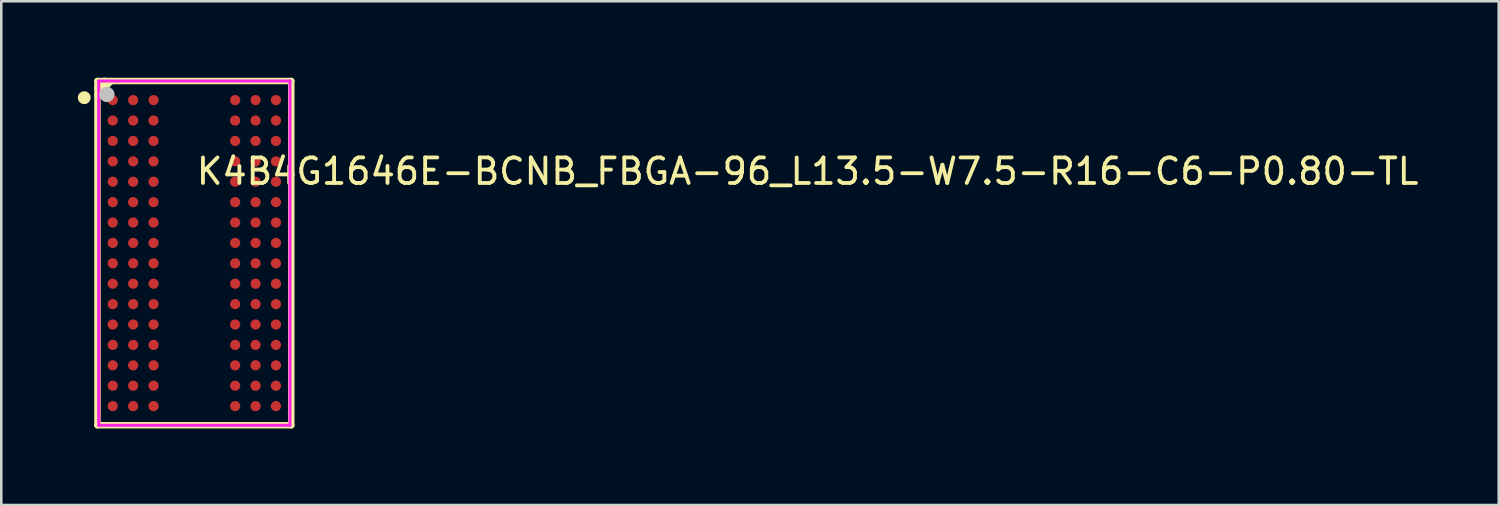
<source format=kicad_pcb>
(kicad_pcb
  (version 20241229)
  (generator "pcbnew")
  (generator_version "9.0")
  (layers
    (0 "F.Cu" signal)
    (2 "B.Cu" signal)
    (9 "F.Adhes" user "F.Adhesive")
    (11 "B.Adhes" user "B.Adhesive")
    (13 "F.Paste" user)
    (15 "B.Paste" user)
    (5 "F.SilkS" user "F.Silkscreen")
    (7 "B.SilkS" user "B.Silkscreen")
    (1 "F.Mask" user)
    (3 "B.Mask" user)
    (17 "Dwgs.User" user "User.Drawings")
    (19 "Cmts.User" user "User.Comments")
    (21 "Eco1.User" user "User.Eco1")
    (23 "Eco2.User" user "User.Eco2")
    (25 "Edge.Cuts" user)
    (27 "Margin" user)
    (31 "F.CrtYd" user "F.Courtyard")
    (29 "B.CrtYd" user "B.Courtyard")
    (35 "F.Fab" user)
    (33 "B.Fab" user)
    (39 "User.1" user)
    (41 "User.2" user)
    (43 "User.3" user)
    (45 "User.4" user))
  (footprint "K4B4G1646E-BCNB_FBGA-96_L13.5-W7.5-R16-C6-P0.80-TL"
    (layer "F.Cu")
    (at 4.572 6.877)
    (property "Reference" "K4B4G1646E-BCNB_FBGA-96_L13.5-W7.5-R16-C6-P0.80-TL" (at 0 -3.207 0) (layer "F.SilkS") (effects (font (size 1 1) (thickness 0.15)) (justify left)))
    (attr through_hole)
    (fp_line (start -3.8 -6.75) (end -3.8 6.75) (stroke (width 0.254) (type solid)) (layer "F.SilkS"))
    (fp_line (start -3.8 -6.75) (end 3.8 -6.75) (stroke (width 0.254) (type solid)) (layer "F.SilkS"))
    (fp_line (start -3.8 6.75) (end 3.8 6.75) (stroke (width 0.254) (type solid)) (layer "F.SilkS"))
    (fp_line (start -3.53 -6.75) (end -3.8 -6.48) (stroke (width 0.254) (type solid)) (layer "F.SilkS"))
    (fp_line (start -3.471 -6.75) (end -3.53 -6.75) (stroke (width 0.254) (type solid)) (layer "F.SilkS"))
    (fp_line (start -3.283 -6.75) (end -3.283 -6.734) (stroke (width 0.254) (type solid)) (layer "F.SilkS"))
    (fp_line (start -3.283 -6.734) (end -3.8 -6.217) (stroke (width 0.254) (type solid)) (layer "F.SilkS"))
    (fp_line (start 3.8 -6.75) (end 3.8 6.75) (stroke (width 0.254) (type solid)) (layer "F.SilkS"))
    (fp_circle (center -4.318 -6.096) (end -4.191 -6.096) (stroke (width 0.254) (type solid)) (fill no) (layer "F.SilkS"))
    (fp_poly (pts (xy -3.35 -6.188) (xy -3.049 -6.188) (xy -3.012 -6.15) (xy -3.012 -5.85) (xy -3.049 -5.812) (xy -3.35 -5.812) (xy -3.388 -5.85) (xy -3.388 -6.15)) (stroke (width 0.12) (type solid)) (fill yes) (layer "F.Paste"))
    (fp_poly (pts (xy -3.35 -5.388) (xy -3.049 -5.388) (xy -3.012 -5.35) (xy -3.012 -5.05) (xy -3.049 -5.012) (xy -3.35 -5.012) (xy -3.388 -5.05) (xy -3.388 -5.35)) (stroke (width 0.12) (type solid)) (fill yes) (layer "F.Paste"))
    (fp_poly (pts (xy -3.35 -4.588) (xy -3.049 -4.588) (xy -3.012 -4.55) (xy -3.012 -4.25) (xy -3.049 -4.212) (xy -3.35 -4.212) (xy -3.388 -4.25) (xy -3.388 -4.55)) (stroke (width 0.12) (type solid)) (fill yes) (layer "F.Paste"))
    (fp_poly (pts (xy -3.35 -3.788) (xy -3.049 -3.788) (xy -3.012 -3.75) (xy -3.012 -3.45) (xy -3.049 -3.412) (xy -3.35 -3.412) (xy -3.388 -3.45) (xy -3.388 -3.75)) (stroke (width 0.12) (type solid)) (fill yes) (layer "F.Paste"))
    (fp_poly (pts (xy -3.35 -2.988) (xy -3.049 -2.988) (xy -3.012 -2.95) (xy -3.012 -2.65) (xy -3.049 -2.612) (xy -3.35 -2.612) (xy -3.388 -2.65) (xy -3.388 -2.95)) (stroke (width 0.12) (type solid)) (fill yes) (layer "F.Paste"))
    (fp_poly (pts (xy -3.35 -2.188) (xy -3.049 -2.188) (xy -3.012 -2.15) (xy -3.012 -1.85) (xy -3.049 -1.812) (xy -3.35 -1.812) (xy -3.388 -1.85) (xy -3.388 -2.15)) (stroke (width 0.12) (type solid)) (fill yes) (layer "F.Paste"))
    (fp_poly (pts (xy -3.35 -1.388) (xy -3.049 -1.388) (xy -3.012 -1.35) (xy -3.012 -1.05) (xy -3.049 -1.012) (xy -3.35 -1.012) (xy -3.388 -1.05) (xy -3.388 -1.35)) (stroke (width 0.12) (type solid)) (fill yes) (layer "F.Paste"))
    (fp_poly (pts (xy -3.35 -0.588) (xy -3.049 -0.588) (xy -3.012 -0.55) (xy -3.012 -0.25) (xy -3.049 -0.212) (xy -3.35 -0.212) (xy -3.388 -0.25) (xy -3.388 -0.55)) (stroke (width 0.12) (type solid)) (fill yes) (layer "F.Paste"))
    (fp_poly (pts (xy -3.35 0.212) (xy -3.049 0.212) (xy -3.012 0.25) (xy -3.012 0.55) (xy -3.049 0.588) (xy -3.35 0.588) (xy -3.388 0.55) (xy -3.388 0.25)) (stroke (width 0.12) (type solid)) (fill yes) (layer "F.Paste"))
    (fp_poly (pts (xy -3.35 1.012) (xy -3.049 1.012) (xy -3.012 1.05) (xy -3.012 1.35) (xy -3.049 1.388) (xy -3.35 1.388) (xy -3.388 1.35) (xy -3.388 1.05)) (stroke (width 0.12) (type solid)) (fill yes) (layer "F.Paste"))
    (fp_poly (pts (xy -3.35 1.812) (xy -3.049 1.812) (xy -3.012 1.85) (xy -3.012 2.15) (xy -3.049 2.188) (xy -3.35 2.188) (xy -3.388 2.15) (xy -3.388 1.85)) (stroke (width 0.12) (type solid)) (fill yes) (layer "F.Paste"))
    (fp_poly (pts (xy -3.35 2.612) (xy -3.049 2.612) (xy -3.012 2.65) (xy -3.012 2.95) (xy -3.049 2.988) (xy -3.35 2.988) (xy -3.388 2.95) (xy -3.388 2.65)) (stroke (width 0.12) (type solid)) (fill yes) (layer "F.Paste"))
    (fp_poly (pts (xy -3.35 3.412) (xy -3.049 3.412) (xy -3.012 3.45) (xy -3.012 3.75) (xy -3.049 3.788) (xy -3.35 3.788) (xy -3.388 3.75) (xy -3.388 3.45)) (stroke (width 0.12) (type solid)) (fill yes) (layer "F.Paste"))
    (fp_poly (pts (xy -3.35 4.212) (xy -3.049 4.212) (xy -3.012 4.25) (xy -3.012 4.55) (xy -3.049 4.588) (xy -3.35 4.588) (xy -3.388 4.55) (xy -3.388 4.25)) (stroke (width 0.12) (type solid)) (fill yes) (layer "F.Paste"))
    (fp_poly (pts (xy -3.35 5.012) (xy -3.049 5.012) (xy -3.012 5.05) (xy -3.012 5.35) (xy -3.049 5.388) (xy -3.35 5.388) (xy -3.388 5.35) (xy -3.388 5.05)) (stroke (width 0.12) (type solid)) (fill yes) (layer "F.Paste"))
    (fp_poly (pts (xy -3.35 5.812) (xy -3.049 5.812) (xy -3.012 5.85) (xy -3.012 6.15) (xy -3.049 6.188) (xy -3.35 6.188) (xy -3.388 6.15) (xy -3.388 5.85)) (stroke (width 0.12) (type solid)) (fill yes) (layer "F.Paste"))
    (fp_poly (pts (xy -2.55 -6.188) (xy -2.249 -6.188) (xy -2.212 -6.15) (xy -2.212 -5.85) (xy -2.249 -5.812) (xy -2.55 -5.812) (xy -2.588 -5.85) (xy -2.588 -6.15)) (stroke (width 0.12) (type solid)) (fill yes) (layer "F.Paste"))
    (fp_poly (pts (xy -2.55 -5.388) (xy -2.249 -5.388) (xy -2.212 -5.35) (xy -2.212 -5.05) (xy -2.249 -5.012) (xy -2.55 -5.012) (xy -2.588 -5.05) (xy -2.588 -5.35)) (stroke (width 0.12) (type solid)) (fill yes) (layer "F.Paste"))
    (fp_poly (pts (xy -2.55 -4.588) (xy -2.249 -4.588) (xy -2.212 -4.55) (xy -2.212 -4.25) (xy -2.249 -4.212) (xy -2.55 -4.212) (xy -2.588 -4.25) (xy -2.588 -4.55)) (stroke (width 0.12) (type solid)) (fill yes) (layer "F.Paste"))
    (fp_poly (pts (xy -2.55 -3.788) (xy -2.249 -3.788) (xy -2.212 -3.75) (xy -2.212 -3.45) (xy -2.249 -3.412) (xy -2.55 -3.412) (xy -2.588 -3.45) (xy -2.588 -3.75)) (stroke (width 0.12) (type solid)) (fill yes) (layer "F.Paste"))
    (fp_poly (pts (xy -2.55 -2.988) (xy -2.249 -2.988) (xy -2.212 -2.95) (xy -2.212 -2.65) (xy -2.249 -2.612) (xy -2.55 -2.612) (xy -2.588 -2.65) (xy -2.588 -2.95)) (stroke (width 0.12) (type solid)) (fill yes) (layer "F.Paste"))
    (fp_poly (pts (xy -2.55 -2.188) (xy -2.249 -2.188) (xy -2.212 -2.15) (xy -2.212 -1.85) (xy -2.249 -1.812) (xy -2.55 -1.812) (xy -2.588 -1.85) (xy -2.588 -2.15)) (stroke (width 0.12) (type solid)) (fill yes) (layer "F.Paste"))
    (fp_poly (pts (xy -2.55 -1.388) (xy -2.249 -1.388) (xy -2.212 -1.35) (xy -2.212 -1.05) (xy -2.249 -1.012) (xy -2.55 -1.012) (xy -2.588 -1.05) (xy -2.588 -1.35)) (stroke (width 0.12) (type solid)) (fill yes) (layer "F.Paste"))
    (fp_poly (pts (xy -2.55 -0.588) (xy -2.249 -0.588) (xy -2.212 -0.55) (xy -2.212 -0.25) (xy -2.249 -0.212) (xy -2.55 -0.212) (xy -2.588 -0.25) (xy -2.588 -0.55)) (stroke (width 0.12) (type solid)) (fill yes) (layer "F.Paste"))
    (fp_poly (pts (xy -2.55 0.212) (xy -2.249 0.212) (xy -2.212 0.25) (xy -2.212 0.55) (xy -2.249 0.588) (xy -2.55 0.588) (xy -2.588 0.55) (xy -2.588 0.25)) (stroke (width 0.12) (type solid)) (fill yes) (layer "F.Paste"))
    (fp_poly (pts (xy -2.55 1.012) (xy -2.249 1.012) (xy -2.212 1.05) (xy -2.212 1.35) (xy -2.249 1.388) (xy -2.55 1.388) (xy -2.588 1.35) (xy -2.588 1.05)) (stroke (width 0.12) (type solid)) (fill yes) (layer "F.Paste"))
    (fp_poly (pts (xy -2.55 1.812) (xy -2.249 1.812) (xy -2.212 1.85) (xy -2.212 2.15) (xy -2.249 2.188) (xy -2.55 2.188) (xy -2.588 2.15) (xy -2.588 1.85)) (stroke (width 0.12) (type solid)) (fill yes) (layer "F.Paste"))
    (fp_poly (pts (xy -2.55 2.612) (xy -2.249 2.612) (xy -2.212 2.65) (xy -2.212 2.95) (xy -2.249 2.988) (xy -2.55 2.988) (xy -2.588 2.95) (xy -2.588 2.65)) (stroke (width 0.12) (type solid)) (fill yes) (layer "F.Paste"))
    (fp_poly (pts (xy -2.55 3.412) (xy -2.249 3.412) (xy -2.212 3.45) (xy -2.212 3.75) (xy -2.249 3.788) (xy -2.55 3.788) (xy -2.588 3.75) (xy -2.588 3.45)) (stroke (width 0.12) (type solid)) (fill yes) (layer "F.Paste"))
    (fp_poly (pts (xy -2.55 4.212) (xy -2.249 4.212) (xy -2.212 4.25) (xy -2.212 4.55) (xy -2.249 4.588) (xy -2.55 4.588) (xy -2.588 4.55) (xy -2.588 4.25)) (stroke (width 0.12) (type solid)) (fill yes) (layer "F.Paste"))
    (fp_poly (pts (xy -2.55 5.012) (xy -2.249 5.012) (xy -2.212 5.05) (xy -2.212 5.35) (xy -2.249 5.388) (xy -2.55 5.388) (xy -2.588 5.35) (xy -2.588 5.05)) (stroke (width 0.12) (type solid)) (fill yes) (layer "F.Paste"))
    (fp_poly (pts (xy -2.55 5.812) (xy -2.249 5.812) (xy -2.212 5.85) (xy -2.212 6.15) (xy -2.249 6.188) (xy -2.55 6.188) (xy -2.588 6.15) (xy -2.588 5.85)) (stroke (width 0.12) (type solid)) (fill yes) (layer "F.Paste"))
    (fp_poly (pts (xy -1.75 -6.188) (xy -1.449 -6.188) (xy -1.412 -6.15) (xy -1.412 -5.85) (xy -1.449 -5.812) (xy -1.75 -5.812) (xy -1.788 -5.85) (xy -1.788 -6.15)) (stroke (width 0.12) (type solid)) (fill yes) (layer "F.Paste"))
    (fp_poly (pts (xy -1.75 -5.388) (xy -1.449 -5.388) (xy -1.412 -5.35) (xy -1.412 -5.05) (xy -1.449 -5.012) (xy -1.75 -5.012) (xy -1.788 -5.05) (xy -1.788 -5.35)) (stroke (width 0.12) (type solid)) (fill yes) (layer "F.Paste"))
    (fp_poly (pts (xy -1.75 -4.588) (xy -1.449 -4.588) (xy -1.412 -4.55) (xy -1.412 -4.25) (xy -1.449 -4.212) (xy -1.75 -4.212) (xy -1.788 -4.25) (xy -1.788 -4.55)) (stroke (width 0.12) (type solid)) (fill yes) (layer "F.Paste"))
    (fp_poly (pts (xy -1.75 -3.788) (xy -1.449 -3.788) (xy -1.412 -3.75) (xy -1.412 -3.45) (xy -1.449 -3.412) (xy -1.75 -3.412) (xy -1.788 -3.45) (xy -1.788 -3.75)) (stroke (width 0.12) (type solid)) (fill yes) (layer "F.Paste"))
    (fp_poly (pts (xy -1.75 -2.988) (xy -1.449 -2.988) (xy -1.412 -2.95) (xy -1.412 -2.65) (xy -1.449 -2.612) (xy -1.75 -2.612) (xy -1.788 -2.65) (xy -1.788 -2.95)) (stroke (width 0.12) (type solid)) (fill yes) (layer "F.Paste"))
    (fp_poly (pts (xy -1.75 -2.188) (xy -1.449 -2.188) (xy -1.412 -2.15) (xy -1.412 -1.85) (xy -1.449 -1.812) (xy -1.75 -1.812) (xy -1.788 -1.85) (xy -1.788 -2.15)) (stroke (width 0.12) (type solid)) (fill yes) (layer "F.Paste"))
    (fp_poly (pts (xy -1.75 -1.388) (xy -1.449 -1.388) (xy -1.412 -1.35) (xy -1.412 -1.05) (xy -1.449 -1.012) (xy -1.75 -1.012) (xy -1.788 -1.05) (xy -1.788 -1.35)) (stroke (width 0.12) (type solid)) (fill yes) (layer "F.Paste"))
    (fp_poly (pts (xy -1.75 -0.588) (xy -1.449 -0.588) (xy -1.412 -0.55) (xy -1.412 -0.25) (xy -1.449 -0.212) (xy -1.75 -0.212) (xy -1.788 -0.25) (xy -1.788 -0.55)) (stroke (width 0.12) (type solid)) (fill yes) (layer "F.Paste"))
    (fp_poly (pts (xy -1.75 0.212) (xy -1.449 0.212) (xy -1.412 0.25) (xy -1.412 0.55) (xy -1.449 0.588) (xy -1.75 0.588) (xy -1.788 0.55) (xy -1.788 0.25)) (stroke (width 0.12) (type solid)) (fill yes) (layer "F.Paste"))
    (fp_poly (pts (xy -1.75 1.012) (xy -1.449 1.012) (xy -1.412 1.05) (xy -1.412 1.35) (xy -1.449 1.388) (xy -1.75 1.388) (xy -1.788 1.35) (xy -1.788 1.05)) (stroke (width 0.12) (type solid)) (fill yes) (layer "F.Paste"))
    (fp_poly (pts (xy -1.75 1.812) (xy -1.449 1.812) (xy -1.412 1.85) (xy -1.412 2.15) (xy -1.449 2.188) (xy -1.75 2.188) (xy -1.788 2.15) (xy -1.788 1.85)) (stroke (width 0.12) (type solid)) (fill yes) (layer "F.Paste"))
    (fp_poly (pts (xy -1.75 2.612) (xy -1.449 2.612) (xy -1.412 2.65) (xy -1.412 2.95) (xy -1.449 2.988) (xy -1.75 2.988) (xy -1.788 2.95) (xy -1.788 2.65)) (stroke (width 0.12) (type solid)) (fill yes) (layer "F.Paste"))
    (fp_poly (pts (xy -1.75 3.412) (xy -1.449 3.412) (xy -1.412 3.45) (xy -1.412 3.75) (xy -1.449 3.788) (xy -1.75 3.788) (xy -1.788 3.75) (xy -1.788 3.45)) (stroke (width 0.12) (type solid)) (fill yes) (layer "F.Paste"))
    (fp_poly (pts (xy -1.75 4.212) (xy -1.449 4.212) (xy -1.412 4.25) (xy -1.412 4.55) (xy -1.449 4.588) (xy -1.75 4.588) (xy -1.788 4.55) (xy -1.788 4.25)) (stroke (width 0.12) (type solid)) (fill yes) (layer "F.Paste"))
    (fp_poly (pts (xy -1.75 5.012) (xy -1.449 5.012) (xy -1.412 5.05) (xy -1.412 5.35) (xy -1.449 5.388) (xy -1.75 5.388) (xy -1.788 5.35) (xy -1.788 5.05)) (stroke (width 0.12) (type solid)) (fill yes) (layer "F.Paste"))
    (fp_poly (pts (xy -1.75 5.812) (xy -1.449 5.812) (xy -1.412 5.85) (xy -1.412 6.15) (xy -1.449 6.188) (xy -1.75 6.188) (xy -1.788 6.15) (xy -1.788 5.85)) (stroke (width 0.12) (type solid)) (fill yes) (layer "F.Paste"))
    (fp_poly (pts (xy 1.45 -6.188) (xy 1.751 -6.188) (xy 1.788 -6.15) (xy 1.788 -5.85) (xy 1.751 -5.812) (xy 1.45 -5.812) (xy 1.412 -5.85) (xy 1.412 -6.15)) (stroke (width 0.12) (type solid)) (fill yes) (layer "F.Paste"))
    (fp_poly (pts (xy 1.45 -5.388) (xy 1.751 -5.388) (xy 1.788 -5.35) (xy 1.788 -5.05) (xy 1.751 -5.012) (xy 1.45 -5.012) (xy 1.412 -5.05) (xy 1.412 -5.35)) (stroke (width 0.12) (type solid)) (fill yes) (layer "F.Paste"))
    (fp_poly (pts (xy 1.45 -4.588) (xy 1.751 -4.588) (xy 1.788 -4.55) (xy 1.788 -4.25) (xy 1.751 -4.212) (xy 1.45 -4.212) (xy 1.412 -4.25) (xy 1.412 -4.55)) (stroke (width 0.12) (type solid)) (fill yes) (layer "F.Paste"))
    (fp_poly (pts (xy 1.45 -3.788) (xy 1.751 -3.788) (xy 1.788 -3.75) (xy 1.788 -3.45) (xy 1.751 -3.412) (xy 1.45 -3.412) (xy 1.412 -3.45) (xy 1.412 -3.75)) (stroke (width 0.12) (type solid)) (fill yes) (layer "F.Paste"))
    (fp_poly (pts (xy 1.45 -2.988) (xy 1.751 -2.988) (xy 1.788 -2.95) (xy 1.788 -2.65) (xy 1.751 -2.612) (xy 1.45 -2.612) (xy 1.412 -2.65) (xy 1.412 -2.95)) (stroke (width 0.12) (type solid)) (fill yes) (layer "F.Paste"))
    (fp_poly (pts (xy 1.45 -2.188) (xy 1.751 -2.188) (xy 1.788 -2.15) (xy 1.788 -1.85) (xy 1.751 -1.812) (xy 1.45 -1.812) (xy 1.412 -1.85) (xy 1.412 -2.15)) (stroke (width 0.12) (type solid)) (fill yes) (layer "F.Paste"))
    (fp_poly (pts (xy 1.45 -1.388) (xy 1.751 -1.388) (xy 1.788 -1.35) (xy 1.788 -1.05) (xy 1.751 -1.012) (xy 1.45 -1.012) (xy 1.412 -1.05) (xy 1.412 -1.35)) (stroke (width 0.12) (type solid)) (fill yes) (layer "F.Paste"))
    (fp_poly (pts (xy 1.45 -0.588) (xy 1.751 -0.588) (xy 1.788 -0.55) (xy 1.788 -0.25) (xy 1.751 -0.212) (xy 1.45 -0.212) (xy 1.412 -0.25) (xy 1.412 -0.55)) (stroke (width 0.12) (type solid)) (fill yes) (layer "F.Paste"))
    (fp_poly (pts (xy 1.45 0.212) (xy 1.751 0.212) (xy 1.788 0.25) (xy 1.788 0.55) (xy 1.751 0.588) (xy 1.45 0.588) (xy 1.412 0.55) (xy 1.412 0.25)) (stroke (width 0.12) (type solid)) (fill yes) (layer "F.Paste"))
    (fp_poly (pts (xy 1.45 1.012) (xy 1.751 1.012) (xy 1.788 1.05) (xy 1.788 1.35) (xy 1.751 1.388) (xy 1.45 1.388) (xy 1.412 1.35) (xy 1.412 1.05)) (stroke (width 0.12) (type solid)) (fill yes) (layer "F.Paste"))
    (fp_poly (pts (xy 1.45 1.812) (xy 1.751 1.812) (xy 1.788 1.85) (xy 1.788 2.15) (xy 1.751 2.188) (xy 1.45 2.188) (xy 1.412 2.15) (xy 1.412 1.85)) (stroke (width 0.12) (type solid)) (fill yes) (layer "F.Paste"))
    (fp_poly (pts (xy 1.45 2.612) (xy 1.751 2.612) (xy 1.788 2.65) (xy 1.788 2.95) (xy 1.751 2.988) (xy 1.45 2.988) (xy 1.412 2.95) (xy 1.412 2.65)) (stroke (width 0.12) (type solid)) (fill yes) (layer "F.Paste"))
    (fp_poly (pts (xy 1.45 3.412) (xy 1.751 3.412) (xy 1.788 3.45) (xy 1.788 3.75) (xy 1.751 3.788) (xy 1.45 3.788) (xy 1.412 3.75) (xy 1.412 3.45)) (stroke (width 0.12) (type solid)) (fill yes) (layer "F.Paste"))
    (fp_poly (pts (xy 1.45 4.212) (xy 1.751 4.212) (xy 1.788 4.25) (xy 1.788 4.55) (xy 1.751 4.588) (xy 1.45 4.588) (xy 1.412 4.55) (xy 1.412 4.25)) (stroke (width 0.12) (type solid)) (fill yes) (layer "F.Paste"))
    (fp_poly (pts (xy 1.45 5.012) (xy 1.751 5.012) (xy 1.788 5.05) (xy 1.788 5.35) (xy 1.751 5.388) (xy 1.45 5.388) (xy 1.412 5.35) (xy 1.412 5.05)) (stroke (width 0.12) (type solid)) (fill yes) (layer "F.Paste"))
    (fp_poly (pts (xy 1.45 5.812) (xy 1.751 5.812) (xy 1.788 5.85) (xy 1.788 6.15) (xy 1.751 6.188) (xy 1.45 6.188) (xy 1.412 6.15) (xy 1.412 5.85)) (stroke (width 0.12) (type solid)) (fill yes) (layer "F.Paste"))
    (fp_poly (pts (xy 2.25 -6.188) (xy 2.551 -6.188) (xy 2.588 -6.15) (xy 2.588 -5.85) (xy 2.551 -5.812) (xy 2.25 -5.812) (xy 2.212 -5.85) (xy 2.212 -6.15)) (stroke (width 0.12) (type solid)) (fill yes) (layer "F.Paste"))
    (fp_poly (pts (xy 2.25 -5.388) (xy 2.551 -5.388) (xy 2.588 -5.35) (xy 2.588 -5.05) (xy 2.551 -5.012) (xy 2.25 -5.012) (xy 2.212 -5.05) (xy 2.212 -5.35)) (stroke (width 0.12) (type solid)) (fill yes) (layer "F.Paste"))
    (fp_poly (pts (xy 2.25 -4.588) (xy 2.551 -4.588) (xy 2.588 -4.55) (xy 2.588 -4.25) (xy 2.551 -4.212) (xy 2.25 -4.212) (xy 2.212 -4.25) (xy 2.212 -4.55)) (stroke (width 0.12) (type solid)) (fill yes) (layer "F.Paste"))
    (fp_poly (pts (xy 2.25 -3.788) (xy 2.551 -3.788) (xy 2.588 -3.75) (xy 2.588 -3.45) (xy 2.551 -3.412) (xy 2.25 -3.412) (xy 2.212 -3.45) (xy 2.212 -3.75)) (stroke (width 0.12) (type solid)) (fill yes) (layer "F.Paste"))
    (fp_poly (pts (xy 2.25 -2.988) (xy 2.551 -2.988) (xy 2.588 -2.95) (xy 2.588 -2.65) (xy 2.551 -2.612) (xy 2.25 -2.612) (xy 2.212 -2.65) (xy 2.212 -2.95)) (stroke (width 0.12) (type solid)) (fill yes) (layer "F.Paste"))
    (fp_poly (pts (xy 2.25 -2.188) (xy 2.551 -2.188) (xy 2.588 -2.15) (xy 2.588 -1.85) (xy 2.551 -1.812) (xy 2.25 -1.812) (xy 2.212 -1.85) (xy 2.212 -2.15)) (stroke (width 0.12) (type solid)) (fill yes) (layer "F.Paste"))
    (fp_poly (pts (xy 2.25 -1.388) (xy 2.551 -1.388) (xy 2.588 -1.35) (xy 2.588 -1.05) (xy 2.551 -1.012) (xy 2.25 -1.012) (xy 2.212 -1.05) (xy 2.212 -1.35)) (stroke (width 0.12) (type solid)) (fill yes) (layer "F.Paste"))
    (fp_poly (pts (xy 2.25 -0.588) (xy 2.551 -0.588) (xy 2.588 -0.55) (xy 2.588 -0.25) (xy 2.551 -0.212) (xy 2.25 -0.212) (xy 2.212 -0.25) (xy 2.212 -0.55)) (stroke (width 0.12) (type solid)) (fill yes) (layer "F.Paste"))
    (fp_poly (pts (xy 2.25 0.212) (xy 2.551 0.212) (xy 2.588 0.25) (xy 2.588 0.55) (xy 2.551 0.588) (xy 2.25 0.588) (xy 2.212 0.55) (xy 2.212 0.25)) (stroke (width 0.12) (type solid)) (fill yes) (layer "F.Paste"))
    (fp_poly (pts (xy 2.25 1.012) (xy 2.551 1.012) (xy 2.588 1.05) (xy 2.588 1.35) (xy 2.551 1.388) (xy 2.25 1.388) (xy 2.212 1.35) (xy 2.212 1.05)) (stroke (width 0.12) (type solid)) (fill yes) (layer "F.Paste"))
    (fp_poly (pts (xy 2.25 1.812) (xy 2.551 1.812) (xy 2.588 1.85) (xy 2.588 2.15) (xy 2.551 2.188) (xy 2.25 2.188) (xy 2.212 2.15) (xy 2.212 1.85)) (stroke (width 0.12) (type solid)) (fill yes) (layer "F.Paste"))
    (fp_poly (pts (xy 2.25 2.612) (xy 2.551 2.612) (xy 2.588 2.65) (xy 2.588 2.95) (xy 2.551 2.988) (xy 2.25 2.988) (xy 2.212 2.95) (xy 2.212 2.65)) (stroke (width 0.12) (type solid)) (fill yes) (layer "F.Paste"))
    (fp_poly (pts (xy 2.25 3.412) (xy 2.551 3.412) (xy 2.588 3.45) (xy 2.588 3.75) (xy 2.551 3.788) (xy 2.25 3.788) (xy 2.212 3.75) (xy 2.212 3.45)) (stroke (width 0.12) (type solid)) (fill yes) (layer "F.Paste"))
    (fp_poly (pts (xy 2.25 4.212) (xy 2.551 4.212) (xy 2.588 4.25) (xy 2.588 4.55) (xy 2.551 4.588) (xy 2.25 4.588) (xy 2.212 4.55) (xy 2.212 4.25)) (stroke (width 0.12) (type solid)) (fill yes) (layer "F.Paste"))
    (fp_poly (pts (xy 2.25 5.012) (xy 2.551 5.012) (xy 2.588 5.05) (xy 2.588 5.35) (xy 2.551 5.388) (xy 2.25 5.388) (xy 2.212 5.35) (xy 2.212 5.05)) (stroke (width 0.12) (type solid)) (fill yes) (layer "F.Paste"))
    (fp_poly (pts (xy 2.25 5.812) (xy 2.551 5.812) (xy 2.588 5.85) (xy 2.588 6.15) (xy 2.551 6.188) (xy 2.25 6.188) (xy 2.212 6.15) (xy 2.212 5.85)) (stroke (width 0.12) (type solid)) (fill yes) (layer "F.Paste"))
    (fp_poly (pts (xy 3.05 -6.188) (xy 3.351 -6.188) (xy 3.388 -6.15) (xy 3.388 -5.85) (xy 3.351 -5.812) (xy 3.05 -5.812) (xy 3.012 -5.85) (xy 3.012 -6.15)) (stroke (width 0.12) (type solid)) (fill yes) (layer "F.Paste"))
    (fp_poly (pts (xy 3.05 -5.388) (xy 3.351 -5.388) (xy 3.388 -5.35) (xy 3.388 -5.05) (xy 3.351 -5.012) (xy 3.05 -5.012) (xy 3.012 -5.05) (xy 3.012 -5.35)) (stroke (width 0.12) (type solid)) (fill yes) (layer "F.Paste"))
    (fp_poly (pts (xy 3.05 -4.588) (xy 3.351 -4.588) (xy 3.388 -4.55) (xy 3.388 -4.25) (xy 3.351 -4.212) (xy 3.05 -4.212) (xy 3.012 -4.25) (xy 3.012 -4.55)) (stroke (width 0.12) (type solid)) (fill yes) (layer "F.Paste"))
    (fp_poly (pts (xy 3.05 -3.788) (xy 3.351 -3.788) (xy 3.388 -3.75) (xy 3.388 -3.45) (xy 3.351 -3.412) (xy 3.05 -3.412) (xy 3.012 -3.45) (xy 3.012 -3.75)) (stroke (width 0.12) (type solid)) (fill yes) (layer "F.Paste"))
    (fp_poly (pts (xy 3.05 -2.988) (xy 3.351 -2.988) (xy 3.388 -2.95) (xy 3.388 -2.65) (xy 3.351 -2.612) (xy 3.05 -2.612) (xy 3.012 -2.65) (xy 3.012 -2.95)) (stroke (width 0.12) (type solid)) (fill yes) (layer "F.Paste"))
    (fp_poly (pts (xy 3.05 -2.188) (xy 3.351 -2.188) (xy 3.388 -2.15) (xy 3.388 -1.85) (xy 3.351 -1.812) (xy 3.05 -1.812) (xy 3.012 -1.85) (xy 3.012 -2.15)) (stroke (width 0.12) (type solid)) (fill yes) (layer "F.Paste"))
    (fp_poly (pts (xy 3.05 -1.388) (xy 3.351 -1.388) (xy 3.388 -1.35) (xy 3.388 -1.05) (xy 3.351 -1.012) (xy 3.05 -1.012) (xy 3.012 -1.05) (xy 3.012 -1.35)) (stroke (width 0.12) (type solid)) (fill yes) (layer "F.Paste"))
    (fp_poly (pts (xy 3.05 -0.588) (xy 3.351 -0.588) (xy 3.388 -0.55) (xy 3.388 -0.25) (xy 3.351 -0.212) (xy 3.05 -0.212) (xy 3.012 -0.25) (xy 3.012 -0.55)) (stroke (width 0.12) (type solid)) (fill yes) (layer "F.Paste"))
    (fp_poly (pts (xy 3.05 0.212) (xy 3.351 0.212) (xy 3.388 0.25) (xy 3.388 0.55) (xy 3.351 0.588) (xy 3.05 0.588) (xy 3.012 0.55) (xy 3.012 0.25)) (stroke (width 0.12) (type solid)) (fill yes) (layer "F.Paste"))
    (fp_poly (pts (xy 3.05 1.012) (xy 3.351 1.012) (xy 3.388 1.05) (xy 3.388 1.35) (xy 3.351 1.388) (xy 3.05 1.388) (xy 3.012 1.35) (xy 3.012 1.05)) (stroke (width 0.12) (type solid)) (fill yes) (layer "F.Paste"))
    (fp_poly (pts (xy 3.05 1.812) (xy 3.351 1.812) (xy 3.388 1.85) (xy 3.388 2.15) (xy 3.351 2.188) (xy 3.05 2.188) (xy 3.012 2.15) (xy 3.012 1.85)) (stroke (width 0.12) (type solid)) (fill yes) (layer "F.Paste"))
    (fp_poly (pts (xy 3.05 2.612) (xy 3.351 2.612) (xy 3.388 2.65) (xy 3.388 2.95) (xy 3.351 2.988) (xy 3.05 2.988) (xy 3.012 2.95) (xy 3.012 2.65)) (stroke (width 0.12) (type solid)) (fill yes) (layer "F.Paste"))
    (fp_poly (pts (xy 3.05 3.412) (xy 3.351 3.412) (xy 3.388 3.45) (xy 3.388 3.75) (xy 3.351 3.788) (xy 3.05 3.788) (xy 3.012 3.75) (xy 3.012 3.45)) (stroke (width 0.12) (type solid)) (fill yes) (layer "F.Paste"))
    (fp_poly (pts (xy 3.05 4.212) (xy 3.351 4.212) (xy 3.388 4.25) (xy 3.388 4.55) (xy 3.351 4.588) (xy 3.05 4.588) (xy 3.012 4.55) (xy 3.012 4.25)) (stroke (width 0.12) (type solid)) (fill yes) (layer "F.Paste"))
    (fp_poly (pts (xy 3.05 5.012) (xy 3.351 5.012) (xy 3.388 5.05) (xy 3.388 5.35) (xy 3.351 5.388) (xy 3.05 5.388) (xy 3.012 5.35) (xy 3.012 5.05)) (stroke (width 0.12) (type solid)) (fill yes) (layer "F.Paste"))
    (fp_poly (pts (xy 3.05 5.812) (xy 3.351 5.812) (xy 3.388 5.85) (xy 3.388 6.15) (xy 3.351 6.188) (xy 3.05 6.188) (xy 3.012 6.15) (xy 3.012 5.85)) (stroke (width 0.12) (type solid)) (fill yes) (layer "F.Paste"))
    (fp_circle (center -3.429 -6.223) (end -3.279 -6.223) (stroke (width 0.3) (type solid)) (fill no) (layer "Dwgs.User"))
    (fp_circle (center -3.75 -6.75) (end -3.72 -6.75) (stroke (width 0.06) (type solid)) (fill no) (layer "Eco2.User"))
    (fp_circle (center -3.2 -6) (end -3.075 -6) (stroke (width 0.25) (type solid)) (fill no) (layer "Eco2.User"))
    (fp_circle (center -3.2 -5.2) (end -3.075 -5.2) (stroke (width 0.25) (type solid)) (fill no) (layer "Eco2.User"))
    (fp_circle (center -3.2 -4.4) (end -3.075 -4.4) (stroke (width 0.25) (type solid)) (fill no) (layer "Eco2.User"))
    (fp_circle (center -3.2 -3.6) (end -3.075 -3.6) (stroke (width 0.25) (type solid)) (fill no) (layer "Eco2.User"))
    (fp_circle (center -3.2 -2.8) (end -3.075 -2.8) (stroke (width 0.25) (type solid)) (fill no) (layer "Eco2.User"))
    (fp_circle (center -3.2 -2) (end -3.075 -2) (stroke (width 0.25) (type solid)) (fill no) (layer "Eco2.User"))
    (fp_circle (center -3.2 -1.2) (end -3.075 -1.2) (stroke (width 0.25) (type solid)) (fill no) (layer "Eco2.User"))
    (fp_circle (center -3.2 -0.4) (end -3.075 -0.4) (stroke (width 0.25) (type solid)) (fill no) (layer "Eco2.User"))
    (fp_circle (center -3.2 0.4) (end -3.075 0.4) (stroke (width 0.25) (type solid)) (fill no) (layer "Eco2.User"))
    (fp_circle (center -3.2 1.2) (end -3.075 1.2) (stroke (width 0.25) (type solid)) (fill no) (layer "Eco2.User"))
    (fp_circle (center -3.2 2) (end -3.075 2) (stroke (width 0.25) (type solid)) (fill no) (layer "Eco2.User"))
    (fp_circle (center -3.2 2.8) (end -3.075 2.8) (stroke (width 0.25) (type solid)) (fill no) (layer "Eco2.User"))
    (fp_circle (center -3.2 3.6) (end -3.075 3.6) (stroke (width 0.25) (type solid)) (fill no) (layer "Eco2.User"))
    (fp_circle (center -3.2 4.4) (end -3.075 4.4) (stroke (width 0.25) (type solid)) (fill no) (layer "Eco2.User"))
    (fp_circle (center -3.2 5.2) (end -3.075 5.2) (stroke (width 0.25) (type solid)) (fill no) (layer "Eco2.User"))
    (fp_circle (center -3.2 6) (end -3.075 6) (stroke (width 0.25) (type solid)) (fill no) (layer "Eco2.User"))
    (fp_circle (center -2.4 -6) (end -2.275 -6) (stroke (width 0.25) (type solid)) (fill no) (layer "Eco2.User"))
    (fp_circle (center -2.4 -5.2) (end -2.275 -5.2) (stroke (width 0.25) (type solid)) (fill no) (layer "Eco2.User"))
    (fp_circle (center -2.4 -4.4) (end -2.275 -4.4) (stroke (width 0.25) (type solid)) (fill no) (layer "Eco2.User"))
    (fp_circle (center -2.4 -3.6) (end -2.275 -3.6) (stroke (width 0.25) (type solid)) (fill no) (layer "Eco2.User"))
    (fp_circle (center -2.4 -2.8) (end -2.275 -2.8) (stroke (width 0.25) (type solid)) (fill no) (layer "Eco2.User"))
    (fp_circle (center -2.4 -2) (end -2.275 -2) (stroke (width 0.25) (type solid)) (fill no) (layer "Eco2.User"))
    (fp_circle (center -2.4 -1.2) (end -2.275 -1.2) (stroke (width 0.25) (type solid)) (fill no) (layer "Eco2.User"))
    (fp_circle (center -2.4 -0.4) (end -2.275 -0.4) (stroke (width 0.25) (type solid)) (fill no) (layer "Eco2.User"))
    (fp_circle (center -2.4 0.4) (end -2.275 0.4) (stroke (width 0.25) (type solid)) (fill no) (layer "Eco2.User"))
    (fp_circle (center -2.4 1.2) (end -2.275 1.2) (stroke (width 0.25) (type solid)) (fill no) (layer "Eco2.User"))
    (fp_circle (center -2.4 2) (end -2.275 2) (stroke (width 0.25) (type solid)) (fill no) (layer "Eco2.User"))
    (fp_circle (center -2.4 2.8) (end -2.275 2.8) (stroke (width 0.25) (type solid)) (fill no) (layer "Eco2.User"))
    (fp_circle (center -2.4 3.6) (end -2.275 3.6) (stroke (width 0.25) (type solid)) (fill no) (layer "Eco2.User"))
    (fp_circle (center -2.4 4.4) (end -2.275 4.4) (stroke (width 0.25) (type solid)) (fill no) (layer "Eco2.User"))
    (fp_circle (center -2.4 5.2) (end -2.275 5.2) (stroke (width 0.25) (type solid)) (fill no) (layer "Eco2.User"))
    (fp_circle (center -2.4 6) (end -2.275 6) (stroke (width 0.25) (type solid)) (fill no) (layer "Eco2.User"))
    (fp_circle (center -1.6 -6) (end -1.475 -6) (stroke (width 0.25) (type solid)) (fill no) (layer "Eco2.User"))
    (fp_circle (center -1.6 -5.2) (end -1.475 -5.2) (stroke (width 0.25) (type solid)) (fill no) (layer "Eco2.User"))
    (fp_circle (center -1.6 -4.4) (end -1.475 -4.4) (stroke (width 0.25) (type solid)) (fill no) (layer "Eco2.User"))
    (fp_circle (center -1.6 -3.6) (end -1.475 -3.6) (stroke (width 0.25) (type solid)) (fill no) (layer "Eco2.User"))
    (fp_circle (center -1.6 -2.8) (end -1.475 -2.8) (stroke (width 0.25) (type solid)) (fill no) (layer "Eco2.User"))
    (fp_circle (center -1.6 -2) (end -1.475 -2) (stroke (width 0.25) (type solid)) (fill no) (layer "Eco2.User"))
    (fp_circle (center -1.6 -1.2) (end -1.475 -1.2) (stroke (width 0.25) (type solid)) (fill no) (layer "Eco2.User"))
    (fp_circle (center -1.6 -0.4) (end -1.475 -0.4) (stroke (width 0.25) (type solid)) (fill no) (layer "Eco2.User"))
    (fp_circle (center -1.6 0.4) (end -1.475 0.4) (stroke (width 0.25) (type solid)) (fill no) (layer "Eco2.User"))
    (fp_circle (center -1.6 1.2) (end -1.475 1.2) (stroke (width 0.25) (type solid)) (fill no) (layer "Eco2.User"))
    (fp_circle (center -1.6 2) (end -1.475 2) (stroke (width 0.25) (type solid)) (fill no) (layer "Eco2.User"))
    (fp_circle (center -1.6 2.8) (end -1.475 2.8) (stroke (width 0.25) (type solid)) (fill no) (layer "Eco2.User"))
    (fp_circle (center -1.6 3.6) (end -1.475 3.6) (stroke (width 0.25) (type solid)) (fill no) (layer "Eco2.User"))
    (fp_circle (center -1.6 4.4) (end -1.475 4.4) (stroke (width 0.25) (type solid)) (fill no) (layer "Eco2.User"))
    (fp_circle (center -1.6 5.2) (end -1.475 5.2) (stroke (width 0.25) (type solid)) (fill no) (layer "Eco2.User"))
    (fp_circle (center -1.6 6) (end -1.475 6) (stroke (width 0.25) (type solid)) (fill no) (layer "Eco2.User"))
    (fp_circle (center 1.6 -6) (end 1.725 -6) (stroke (width 0.25) (type solid)) (fill no) (layer "Eco2.User"))
    (fp_circle (center 1.6 -5.2) (end 1.725 -5.2) (stroke (width 0.25) (type solid)) (fill no) (layer "Eco2.User"))
    (fp_circle (center 1.6 -4.4) (end 1.725 -4.4) (stroke (width 0.25) (type solid)) (fill no) (layer "Eco2.User"))
    (fp_circle (center 1.6 -3.6) (end 1.725 -3.6) (stroke (width 0.25) (type solid)) (fill no) (layer "Eco2.User"))
    (fp_circle (center 1.6 -2.8) (end 1.725 -2.8) (stroke (width 0.25) (type solid)) (fill no) (layer "Eco2.User"))
    (fp_circle (center 1.6 -2) (end 1.725 -2) (stroke (width 0.25) (type solid)) (fill no) (layer "Eco2.User"))
    (fp_circle (center 1.6 -1.2) (end 1.725 -1.2) (stroke (width 0.25) (type solid)) (fill no) (layer "Eco2.User"))
    (fp_circle (center 1.6 -0.4) (end 1.725 -0.4) (stroke (width 0.25) (type solid)) (fill no) (layer "Eco2.User"))
    (fp_circle (center 1.6 0.4) (end 1.725 0.4) (stroke (width 0.25) (type solid)) (fill no) (layer "Eco2.User"))
    (fp_circle (center 1.6 1.2) (end 1.725 1.2) (stroke (width 0.25) (type solid)) (fill no) (layer "Eco2.User"))
    (fp_circle (center 1.6 2) (end 1.725 2) (stroke (width 0.25) (type solid)) (fill no) (layer "Eco2.User"))
    (fp_circle (center 1.6 2.8) (end 1.725 2.8) (stroke (width 0.25) (type solid)) (fill no) (layer "Eco2.User"))
    (fp_circle (center 1.6 3.6) (end 1.725 3.6) (stroke (width 0.25) (type solid)) (fill no) (layer "Eco2.User"))
    (fp_circle (center 1.6 4.4) (end 1.725 4.4) (stroke (width 0.25) (type solid)) (fill no) (layer "Eco2.User"))
    (fp_circle (center 1.6 5.2) (end 1.725 5.2) (stroke (width 0.25) (type solid)) (fill no) (layer "Eco2.User"))
    (fp_circle (center 1.6 6) (end 1.725 6) (stroke (width 0.25) (type solid)) (fill no) (layer "Eco2.User"))
    (fp_circle (center 2.4 -6) (end 2.525 -6) (stroke (width 0.25) (type solid)) (fill no) (layer "Eco2.User"))
    (fp_circle (center 2.4 -5.2) (end 2.525 -5.2) (stroke (width 0.25) (type solid)) (fill no) (layer "Eco2.User"))
    (fp_circle (center 2.4 -4.4) (end 2.525 -4.4) (stroke (width 0.25) (type solid)) (fill no) (layer "Eco2.User"))
    (fp_circle (center 2.4 -3.6) (end 2.525 -3.6) (stroke (width 0.25) (type solid)) (fill no) (layer "Eco2.User"))
    (fp_circle (center 2.4 -2.8) (end 2.525 -2.8) (stroke (width 0.25) (type solid)) (fill no) (layer "Eco2.User"))
    (fp_circle (center 2.4 -2) (end 2.525 -2) (stroke (width 0.25) (type solid)) (fill no) (layer "Eco2.User"))
    (fp_circle (center 2.4 -1.2) (end 2.525 -1.2) (stroke (width 0.25) (type solid)) (fill no) (layer "Eco2.User"))
    (fp_circle (center 2.4 -0.4) (end 2.525 -0.4) (stroke (width 0.25) (type solid)) (fill no) (layer "Eco2.User"))
    (fp_circle (center 2.4 0.4) (end 2.525 0.4) (stroke (width 0.25) (type solid)) (fill no) (layer "Eco2.User"))
    (fp_circle (center 2.4 1.2) (end 2.525 1.2) (stroke (width 0.25) (type solid)) (fill no) (layer "Eco2.User"))
    (fp_circle (center 2.4 2) (end 2.525 2) (stroke (width 0.25) (type solid)) (fill no) (layer "Eco2.User"))
    (fp_circle (center 2.4 2.8) (end 2.525 2.8) (stroke (width 0.25) (type solid)) (fill no) (layer "Eco2.User"))
    (fp_circle (center 2.4 3.6) (end 2.525 3.6) (stroke (width 0.25) (type solid)) (fill no) (layer "Eco2.User"))
    (fp_circle (center 2.4 4.4) (end 2.525 4.4) (stroke (width 0.25) (type solid)) (fill no) (layer "Eco2.User"))
    (fp_circle (center 2.4 5.2) (end 2.525 5.2) (stroke (width 0.25) (type solid)) (fill no) (layer "Eco2.User"))
    (fp_circle (center 2.4 6) (end 2.525 6) (stroke (width 0.25) (type solid)) (fill no) (layer "Eco2.User"))
    (fp_circle (center 3.2 -6) (end 3.325 -6) (stroke (width 0.25) (type solid)) (fill no) (layer "Eco2.User"))
    (fp_circle (center 3.2 -5.2) (end 3.325 -5.2) (stroke (width 0.25) (type solid)) (fill no) (layer "Eco2.User"))
    (fp_circle (center 3.2 -4.4) (end 3.325 -4.4) (stroke (width 0.25) (type solid)) (fill no) (layer "Eco2.User"))
    (fp_circle (center 3.2 -3.6) (end 3.325 -3.6) (stroke (width 0.25) (type solid)) (fill no) (layer "Eco2.User"))
    (fp_circle (center 3.2 -2.8) (end 3.325 -2.8) (stroke (width 0.25) (type solid)) (fill no) (layer "Eco2.User"))
    (fp_circle (center 3.2 -2) (end 3.325 -2) (stroke (width 0.25) (type solid)) (fill no) (layer "Eco2.User"))
    (fp_circle (center 3.2 -1.2) (end 3.325 -1.2) (stroke (width 0.25) (type solid)) (fill no) (layer "Eco2.User"))
    (fp_circle (center 3.2 -0.4) (end 3.325 -0.4) (stroke (width 0.25) (type solid)) (fill no) (layer "Eco2.User"))
    (fp_circle (center 3.2 0.4) (end 3.325 0.4) (stroke (width 0.25) (type solid)) (fill no) (layer "Eco2.User"))
    (fp_circle (center 3.2 1.2) (end 3.325 1.2) (stroke (width 0.25) (type solid)) (fill no) (layer "Eco2.User"))
    (fp_circle (center 3.2 2) (end 3.325 2) (stroke (width 0.25) (type solid)) (fill no) (layer "Eco2.User"))
    (fp_circle (center 3.2 2.8) (end 3.325 2.8) (stroke (width 0.25) (type solid)) (fill no) (layer "Eco2.User"))
    (fp_circle (center 3.2 3.6) (end 3.325 3.6) (stroke (width 0.25) (type solid)) (fill no) (layer "Eco2.User"))
    (fp_circle (center 3.2 4.4) (end 3.325 4.4) (stroke (width 0.25) (type solid)) (fill no) (layer "Eco2.User"))
    (fp_circle (center 3.2 5.2) (end 3.325 5.2) (stroke (width 0.25) (type solid)) (fill no) (layer "Eco2.User"))
    (fp_circle (center 3.2 6) (end 3.325 6) (stroke (width 0.25) (type solid)) (fill no) (layer "Eco2.User"))
    (fp_line (start -3.75 -6.75) (end 3.75 -6.75) (stroke (width 0.12) (type solid)) (layer "F.CrtYd"))
    (fp_line (start -3.75 6.75) (end -3.75 -6.75) (stroke (width 0.12) (type solid)) (layer "F.CrtYd"))
    (fp_line (start 3.75 -6.75) (end 3.75 6.75) (stroke (width 0.12) (type solid)) (layer "F.CrtYd"))
    (fp_line (start 3.75 6.75) (end -3.75 6.75) (stroke (width 0.12) (type solid)) (layer "F.CrtYd"))
    (pad "A1" smd circle (at -3.2 -6) (size 0.4 0.4) (layers "F.Cu" "F.Mask" "F.Paste"))
    (pad "A2" smd circle (at -2.4 -6) (size 0.4 0.4) (layers "F.Cu" "F.Mask" "F.Paste"))
    (pad "A3" smd circle (at -1.6 -6) (size 0.4 0.4) (layers "F.Cu" "F.Mask" "F.Paste"))
    (pad "A7" smd circle (at 1.6 -6) (size 0.4 0.4) (layers "F.Cu" "F.Mask" "F.Paste"))
    (pad "A8" smd circle (at 2.4 -6) (size 0.4 0.4) (layers "F.Cu" "F.Mask" "F.Paste"))
    (pad "A9" smd circle (at 3.2 -6) (size 0.4 0.4) (layers "F.Cu" "F.Mask" "F.Paste"))
    (pad "B1" smd circle (at -3.2 -5.2) (size 0.4 0.4) (layers "F.Cu" "F.Mask" "F.Paste"))
    (pad "B2" smd circle (at -2.4 -5.2) (size 0.4 0.4) (layers "F.Cu" "F.Mask" "F.Paste"))
    (pad "B3" smd circle (at -1.6 -5.2) (size 0.4 0.4) (layers "F.Cu" "F.Mask" "F.Paste"))
    (pad "B7" smd circle (at 1.6 -5.2) (size 0.4 0.4) (layers "F.Cu" "F.Mask" "F.Paste"))
    (pad "B8" smd circle (at 2.4 -5.2) (size 0.4 0.4) (layers "F.Cu" "F.Mask" "F.Paste"))
    (pad "B9" smd circle (at 3.2 -5.2) (size 0.4 0.4) (layers "F.Cu" "F.Mask" "F.Paste"))
    (pad "C1" smd circle (at -3.2 -4.4) (size 0.4 0.4) (layers "F.Cu" "F.Mask" "F.Paste"))
    (pad "C2" smd circle (at -2.4 -4.4) (size 0.4 0.4) (layers "F.Cu" "F.Mask" "F.Paste"))
    (pad "C3" smd circle (at -1.6 -4.4) (size 0.4 0.4) (layers "F.Cu" "F.Mask" "F.Paste"))
    (pad "C7" smd circle (at 1.6 -4.4) (size 0.4 0.4) (layers "F.Cu" "F.Mask" "F.Paste"))
    (pad "C8" smd circle (at 2.4 -4.4) (size 0.4 0.4) (layers "F.Cu" "F.Mask" "F.Paste"))
    (pad "C9" smd circle (at 3.2 -4.4) (size 0.4 0.4) (layers "F.Cu" "F.Mask" "F.Paste"))
    (pad "D1" smd circle (at -3.2 -3.6) (size 0.4 0.4) (layers "F.Cu" "F.Mask" "F.Paste"))
    (pad "D2" smd circle (at -2.4 -3.6) (size 0.4 0.4) (layers "F.Cu" "F.Mask" "F.Paste"))
    (pad "D3" smd circle (at -1.6 -3.6) (size 0.4 0.4) (layers "F.Cu" "F.Mask" "F.Paste"))
    (pad "D7" smd circle (at 1.6 -3.6) (size 0.4 0.4) (layers "F.Cu" "F.Mask" "F.Paste"))
    (pad "D8" smd circle (at 2.4 -3.6) (size 0.4 0.4) (layers "F.Cu" "F.Mask" "F.Paste"))
    (pad "D9" smd circle (at 3.2 -3.6) (size 0.4 0.4) (layers "F.Cu" "F.Mask" "F.Paste"))
    (pad "E1" smd circle (at -3.2 -2.8) (size 0.4 0.4) (layers "F.Cu" "F.Mask" "F.Paste"))
    (pad "E2" smd circle (at -2.4 -2.8) (size 0.4 0.4) (layers "F.Cu" "F.Mask" "F.Paste"))
    (pad "E3" smd circle (at -1.6 -2.8) (size 0.4 0.4) (layers "F.Cu" "F.Mask" "F.Paste"))
    (pad "E7" smd circle (at 1.6 -2.8) (size 0.4 0.4) (layers "F.Cu" "F.Mask" "F.Paste"))
    (pad "E8" smd circle (at 2.4 -2.8) (size 0.4 0.4) (layers "F.Cu" "F.Mask" "F.Paste"))
    (pad "E9" smd circle (at 3.2 -2.8) (size 0.4 0.4) (layers "F.Cu" "F.Mask" "F.Paste"))
    (pad "F1" smd circle (at -3.2 -2) (size 0.4 0.4) (layers "F.Cu" "F.Mask" "F.Paste"))
    (pad "F2" smd circle (at -2.4 -2) (size 0.4 0.4) (layers "F.Cu" "F.Mask" "F.Paste"))
    (pad "F3" smd circle (at -1.6 -2) (size 0.4 0.4) (layers "F.Cu" "F.Mask" "F.Paste"))
    (pad "F7" smd circle (at 1.6 -2) (size 0.4 0.4) (layers "F.Cu" "F.Mask" "F.Paste"))
    (pad "F8" smd circle (at 2.4 -2) (size 0.4 0.4) (layers "F.Cu" "F.Mask" "F.Paste"))
    (pad "F9" smd circle (at 3.2 -2) (size 0.4 0.4) (layers "F.Cu" "F.Mask" "F.Paste"))
    (pad "G1" smd circle (at -3.2 -1.2) (size 0.4 0.4) (layers "F.Cu" "F.Mask" "F.Paste"))
    (pad "G2" smd circle (at -2.4 -1.2) (size 0.4 0.4) (layers "F.Cu" "F.Mask" "F.Paste"))
    (pad "G3" smd circle (at -1.6 -1.2) (size 0.4 0.4) (layers "F.Cu" "F.Mask" "F.Paste"))
    (pad "G7" smd circle (at 1.6 -1.2) (size 0.4 0.4) (layers "F.Cu" "F.Mask" "F.Paste"))
    (pad "G8" smd circle (at 2.4 -1.2) (size 0.4 0.4) (layers "F.Cu" "F.Mask" "F.Paste"))
    (pad "G9" smd circle (at 3.2 -1.2) (size 0.4 0.4) (layers "F.Cu" "F.Mask" "F.Paste"))
    (pad "H1" smd circle (at -3.2 -0.4) (size 0.4 0.4) (layers "F.Cu" "F.Mask" "F.Paste"))
    (pad "H2" smd circle (at -2.4 -0.4) (size 0.4 0.4) (layers "F.Cu" "F.Mask" "F.Paste"))
    (pad "H3" smd circle (at -1.6 -0.4) (size 0.4 0.4) (layers "F.Cu" "F.Mask" "F.Paste"))
    (pad "H7" smd circle (at 1.6 -0.4) (size 0.4 0.4) (layers "F.Cu" "F.Mask" "F.Paste"))
    (pad "H8" smd circle (at 2.4 -0.4) (size 0.4 0.4) (layers "F.Cu" "F.Mask" "F.Paste"))
    (pad "H9" smd circle (at 3.2 -0.4) (size 0.4 0.4) (layers "F.Cu" "F.Mask" "F.Paste"))
    (pad "J1" smd circle (at -3.2 0.4) (size 0.4 0.4) (layers "F.Cu" "F.Mask" "F.Paste"))
    (pad "J2" smd circle (at -2.4 0.4) (size 0.4 0.4) (layers "F.Cu" "F.Mask" "F.Paste"))
    (pad "J3" smd circle (at -1.6 0.4) (size 0.4 0.4) (layers "F.Cu" "F.Mask" "F.Paste"))
    (pad "J7" smd circle (at 1.6 0.4) (size 0.4 0.4) (layers "F.Cu" "F.Mask" "F.Paste"))
    (pad "J8" smd circle (at 2.4 0.4) (size 0.4 0.4) (layers "F.Cu" "F.Mask" "F.Paste"))
    (pad "J9" smd circle (at 3.2 0.4) (size 0.4 0.4) (layers "F.Cu" "F.Mask" "F.Paste"))
    (pad "K1" smd circle (at -3.2 1.2) (size 0.4 0.4) (layers "F.Cu" "F.Mask" "F.Paste"))
    (pad "K2" smd circle (at -2.4 1.2) (size 0.4 0.4) (layers "F.Cu" "F.Mask" "F.Paste"))
    (pad "K3" smd circle (at -1.6 1.2) (size 0.4 0.4) (layers "F.Cu" "F.Mask" "F.Paste"))
    (pad "K7" smd circle (at 1.6 1.2) (size 0.4 0.4) (layers "F.Cu" "F.Mask" "F.Paste"))
    (pad "K8" smd circle (at 2.4 1.2) (size 0.4 0.4) (layers "F.Cu" "F.Mask" "F.Paste"))
    (pad "K9" smd circle (at 3.2 1.2) (size 0.4 0.4) (layers "F.Cu" "F.Mask" "F.Paste"))
    (pad "L1" smd circle (at -3.2 2) (size 0.4 0.4) (layers "F.Cu" "F.Mask" "F.Paste"))
    (pad "L2" smd circle (at -2.4 2) (size 0.4 0.4) (layers "F.Cu" "F.Mask" "F.Paste"))
    (pad "L3" smd circle (at -1.6 2) (size 0.4 0.4) (layers "F.Cu" "F.Mask" "F.Paste"))
    (pad "L7" smd circle (at 1.6 2) (size 0.4 0.4) (layers "F.Cu" "F.Mask" "F.Paste"))
    (pad "L8" smd circle (at 2.4 2) (size 0.4 0.4) (layers "F.Cu" "F.Mask" "F.Paste"))
    (pad "L9" smd circle (at 3.2 2) (size 0.4 0.4) (layers "F.Cu" "F.Mask" "F.Paste"))
    (pad "M1" smd circle (at -3.2 2.8) (size 0.4 0.4) (layers "F.Cu" "F.Mask" "F.Paste"))
    (pad "M2" smd circle (at -2.4 2.8) (size 0.4 0.4) (layers "F.Cu" "F.Mask" "F.Paste"))
    (pad "M3" smd circle (at -1.6 2.8) (size 0.4 0.4) (layers "F.Cu" "F.Mask" "F.Paste"))
    (pad "M7" smd circle (at 1.6 2.8) (size 0.4 0.4) (layers "F.Cu" "F.Mask" "F.Paste"))
    (pad "M8" smd circle (at 2.4 2.8) (size 0.4 0.4) (layers "F.Cu" "F.Mask" "F.Paste"))
    (pad "M9" smd circle (at 3.2 2.8) (size 0.4 0.4) (layers "F.Cu" "F.Mask" "F.Paste"))
    (pad "N1" smd circle (at -3.2 3.6) (size 0.4 0.4) (layers "F.Cu" "F.Mask" "F.Paste"))
    (pad "N2" smd circle (at -2.4 3.6) (size 0.4 0.4) (layers "F.Cu" "F.Mask" "F.Paste"))
    (pad "N3" smd circle (at -1.6 3.6) (size 0.4 0.4) (layers "F.Cu" "F.Mask" "F.Paste"))
    (pad "N7" smd circle (at 1.6 3.6) (size 0.4 0.4) (layers "F.Cu" "F.Mask" "F.Paste"))
    (pad "N8" smd circle (at 2.4 3.6) (size 0.4 0.4) (layers "F.Cu" "F.Mask" "F.Paste"))
    (pad "N9" smd circle (at 3.2 3.6) (size 0.4 0.4) (layers "F.Cu" "F.Mask" "F.Paste"))
    (pad "P1" smd circle (at -3.2 4.4) (size 0.4 0.4) (layers "F.Cu" "F.Mask" "F.Paste"))
    (pad "P2" smd circle (at -2.4 4.4) (size 0.4 0.4) (layers "F.Cu" "F.Mask" "F.Paste"))
    (pad "P3" smd circle (at -1.6 4.4) (size 0.4 0.4) (layers "F.Cu" "F.Mask" "F.Paste"))
    (pad "P7" smd circle (at 1.6 4.4) (size 0.4 0.4) (layers "F.Cu" "F.Mask" "F.Paste"))
    (pad "P8" smd circle (at 2.4 4.4) (size 0.4 0.4) (layers "F.Cu" "F.Mask" "F.Paste"))
    (pad "P9" smd circle (at 3.2 4.4) (size 0.4 0.4) (layers "F.Cu" "F.Mask" "F.Paste"))
    (pad "R1" smd circle (at -3.2 5.2) (size 0.4 0.4) (layers "F.Cu" "F.Mask" "F.Paste"))
    (pad "R2" smd circle (at -2.4 5.2) (size 0.4 0.4) (layers "F.Cu" "F.Mask" "F.Paste"))
    (pad "R3" smd circle (at -1.6 5.2) (size 0.4 0.4) (layers "F.Cu" "F.Mask" "F.Paste"))
    (pad "R7" smd circle (at 1.6 5.2) (size 0.4 0.4) (layers "F.Cu" "F.Mask" "F.Paste"))
    (pad "R8" smd circle (at 2.4 5.2) (size 0.4 0.4) (layers "F.Cu" "F.Mask" "F.Paste"))
    (pad "R9" smd circle (at 3.2 5.2) (size 0.4 0.4) (layers "F.Cu" "F.Mask" "F.Paste"))
    (pad "T1" smd circle (at -3.2 6) (size 0.4 0.4) (layers "F.Cu" "F.Mask" "F.Paste"))
    (pad "T2" smd circle (at -2.4 6) (size 0.4 0.4) (layers "F.Cu" "F.Mask" "F.Paste"))
    (pad "T3" smd circle (at -1.6 6) (size 0.4 0.4) (layers "F.Cu" "F.Mask" "F.Paste"))
    (pad "T7" smd circle (at 1.6 6) (size 0.4 0.4) (layers "F.Cu" "F.Mask" "F.Paste"))
    (pad "T8" smd circle (at 2.4 6) (size 0.4 0.4) (layers "F.Cu" "F.Mask" "F.Paste"))
    (pad "T9" smd circle (at 3.2 6) (size 0.4 0.4) (layers "F.Cu" "F.Mask" "F.Paste")))
  (gr_rect
    (start -3 -3)
    (end 55.727 16.754)
    (stroke (width 0.1) (type default))
    (fill no)
    (layer "Edge.Cuts")))
</source>
